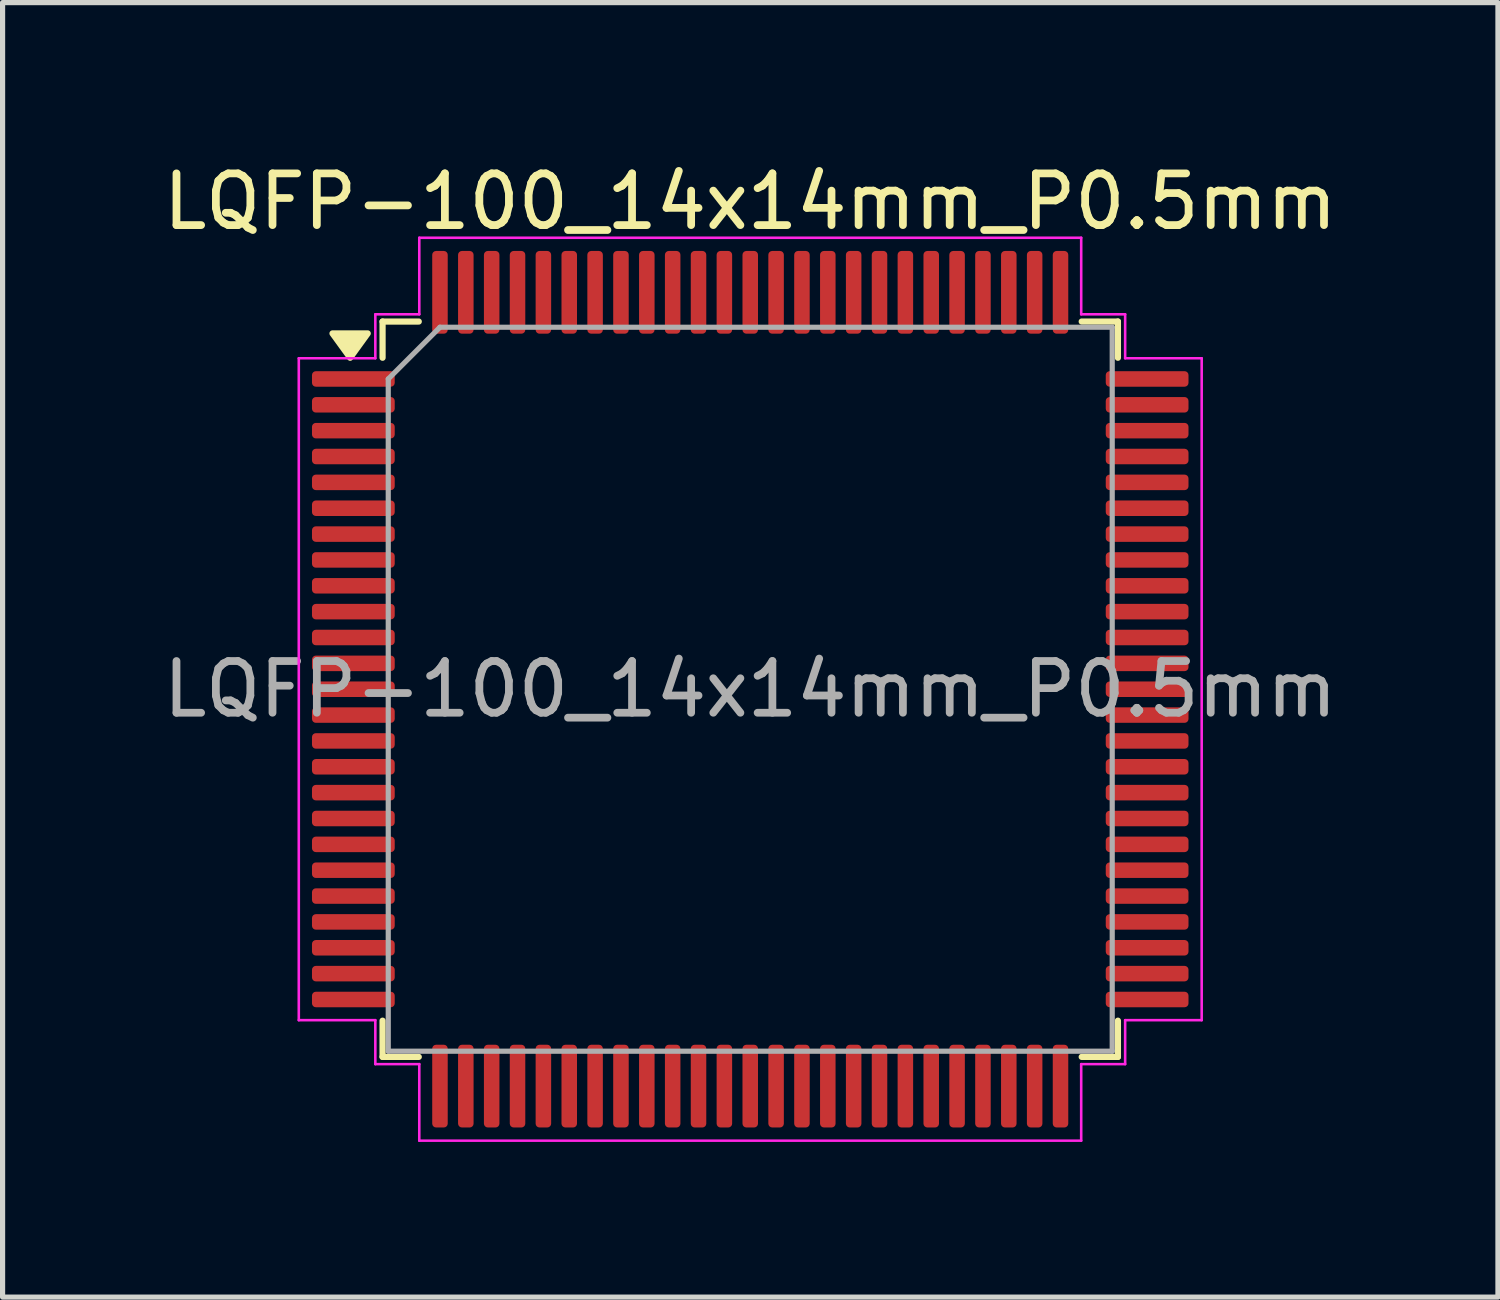
<source format=kicad_pcb>
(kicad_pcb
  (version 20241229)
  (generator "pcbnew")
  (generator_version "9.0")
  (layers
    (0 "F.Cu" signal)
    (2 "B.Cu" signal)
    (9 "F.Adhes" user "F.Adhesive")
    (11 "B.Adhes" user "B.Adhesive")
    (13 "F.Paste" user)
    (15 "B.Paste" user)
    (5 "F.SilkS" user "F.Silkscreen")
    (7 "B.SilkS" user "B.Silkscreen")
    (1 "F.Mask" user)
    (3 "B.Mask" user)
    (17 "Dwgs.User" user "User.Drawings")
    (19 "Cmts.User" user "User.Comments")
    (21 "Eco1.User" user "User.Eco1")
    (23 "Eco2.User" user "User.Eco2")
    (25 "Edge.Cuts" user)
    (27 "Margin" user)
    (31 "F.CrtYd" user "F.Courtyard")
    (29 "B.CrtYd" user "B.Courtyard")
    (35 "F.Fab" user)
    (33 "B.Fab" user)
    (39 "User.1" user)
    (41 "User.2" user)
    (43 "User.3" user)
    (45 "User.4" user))
  (footprint "LQFP-100_14x14mm_P0.5mm"
    (layer "F.Cu")
    (at 11.458 10.278)
    (property "Reference" "LQFP-100_14x14mm_P0.5mm" (at 0 -9.43 0) (layer "F.SilkS") (effects (font (size 1 1) (thickness 0.15))))
    (attr smd)
    (fp_line (start -7.11 -7.11) (end -7.11 -6.41) (stroke (width 0.12) (type solid)) (layer "F.SilkS"))
    (fp_line (start -7.11 7.11) (end -7.11 6.41) (stroke (width 0.12) (type solid)) (layer "F.SilkS"))
    (fp_line (start -6.41 -7.11) (end -7.11 -7.11) (stroke (width 0.12) (type solid)) (layer "F.SilkS"))
    (fp_line (start -6.41 7.11) (end -7.11 7.11) (stroke (width 0.12) (type solid)) (layer "F.SilkS"))
    (fp_line (start 6.41 -7.11) (end 7.11 -7.11) (stroke (width 0.12) (type solid)) (layer "F.SilkS"))
    (fp_line (start 6.41 7.11) (end 7.11 7.11) (stroke (width 0.12) (type solid)) (layer "F.SilkS"))
    (fp_line (start 7.11 -7.11) (end 7.11 -6.41) (stroke (width 0.12) (type solid)) (layer "F.SilkS"))
    (fp_line (start 7.11 7.11) (end 7.11 6.41) (stroke (width 0.12) (type solid)) (layer "F.SilkS"))
    (fp_poly (pts (xy -7.737 -6.41) (xy -8.078 -6.88) (xy -7.397 -6.88)) (stroke (width 0.12) (type solid)) (fill yes) (layer "F.SilkS"))
    (fp_line (start -8.73 -6.4) (end -7.25 -6.4) (stroke (width 0.05) (type solid)) (layer "F.CrtYd"))
    (fp_line (start -8.73 6.4) (end -8.73 -6.4) (stroke (width 0.05) (type solid)) (layer "F.CrtYd"))
    (fp_line (start -7.25 -7.25) (end -6.4 -7.25) (stroke (width 0.05) (type solid)) (layer "F.CrtYd"))
    (fp_line (start -7.25 -6.4) (end -7.25 -7.25) (stroke (width 0.05) (type solid)) (layer "F.CrtYd"))
    (fp_line (start -7.25 6.4) (end -8.73 6.4) (stroke (width 0.05) (type solid)) (layer "F.CrtYd"))
    (fp_line (start -7.25 7.25) (end -7.25 6.4) (stroke (width 0.05) (type solid)) (layer "F.CrtYd"))
    (fp_line (start -6.4 -8.73) (end 6.4 -8.73) (stroke (width 0.05) (type solid)) (layer "F.CrtYd"))
    (fp_line (start -6.4 -7.25) (end -6.4 -8.73) (stroke (width 0.05) (type solid)) (layer "F.CrtYd"))
    (fp_line (start -6.4 7.25) (end -7.25 7.25) (stroke (width 0.05) (type solid)) (layer "F.CrtYd"))
    (fp_line (start -6.4 8.73) (end -6.4 7.25) (stroke (width 0.05) (type solid)) (layer "F.CrtYd"))
    (fp_line (start 6.4 -8.73) (end 6.4 -7.25) (stroke (width 0.05) (type solid)) (layer "F.CrtYd"))
    (fp_line (start 6.4 -7.25) (end 7.25 -7.25) (stroke (width 0.05) (type solid)) (layer "F.CrtYd"))
    (fp_line (start 6.4 7.25) (end 6.4 8.73) (stroke (width 0.05) (type solid)) (layer "F.CrtYd"))
    (fp_line (start 6.4 8.73) (end -6.4 8.73) (stroke (width 0.05) (type solid)) (layer "F.CrtYd"))
    (fp_line (start 7.25 -7.25) (end 7.25 -6.4) (stroke (width 0.05) (type solid)) (layer "F.CrtYd"))
    (fp_line (start 7.25 -6.4) (end 8.73 -6.4) (stroke (width 0.05) (type solid)) (layer "F.CrtYd"))
    (fp_line (start 7.25 6.4) (end 7.25 7.25) (stroke (width 0.05) (type solid)) (layer "F.CrtYd"))
    (fp_line (start 7.25 7.25) (end 6.4 7.25) (stroke (width 0.05) (type solid)) (layer "F.CrtYd"))
    (fp_line (start 8.73 -6.4) (end 8.73 6.4) (stroke (width 0.05) (type solid)) (layer "F.CrtYd"))
    (fp_line (start 8.73 6.4) (end 7.25 6.4) (stroke (width 0.05) (type solid)) (layer "F.CrtYd"))
    (fp_line (start -7 -6) (end -6 -7) (stroke (width 0.1) (type solid)) (layer "F.Fab"))
    (fp_line (start -7 7) (end -7 -6) (stroke (width 0.1) (type solid)) (layer "F.Fab"))
    (fp_line (start -6 -7) (end 7 -7) (stroke (width 0.1) (type solid)) (layer "F.Fab"))
    (fp_line (start 7 -7) (end 7 7) (stroke (width 0.1) (type solid)) (layer "F.Fab"))
    (fp_line (start 7 7) (end -7 7) (stroke (width 0.1) (type solid)) (layer "F.Fab"))
    (fp_text user "${REFERENCE}" (at 0 0 0) (layer "F.Fab") (effects (font (size 1 1) (thickness 0.15))))
    (pad "1" smd roundrect (at -7.675 -6) (size 1.6 0.3) (layers "F.Cu" "F.Mask" "F.Paste") (roundrect_rratio 0.25))
    (pad "2" smd roundrect (at -7.675 -5.5) (size 1.6 0.3) (layers "F.Cu" "F.Mask" "F.Paste") (roundrect_rratio 0.25))
    (pad "3" smd roundrect (at -7.675 -5) (size 1.6 0.3) (layers "F.Cu" "F.Mask" "F.Paste") (roundrect_rratio 0.25))
    (pad "4" smd roundrect (at -7.675 -4.5) (size 1.6 0.3) (layers "F.Cu" "F.Mask" "F.Paste") (roundrect_rratio 0.25))
    (pad "5" smd roundrect (at -7.675 -4) (size 1.6 0.3) (layers "F.Cu" "F.Mask" "F.Paste") (roundrect_rratio 0.25))
    (pad "6" smd roundrect (at -7.675 -3.5) (size 1.6 0.3) (layers "F.Cu" "F.Mask" "F.Paste") (roundrect_rratio 0.25))
    (pad "7" smd roundrect (at -7.675 -3) (size 1.6 0.3) (layers "F.Cu" "F.Mask" "F.Paste") (roundrect_rratio 0.25))
    (pad "8" smd roundrect (at -7.675 -2.5) (size 1.6 0.3) (layers "F.Cu" "F.Mask" "F.Paste") (roundrect_rratio 0.25))
    (pad "9" smd roundrect (at -7.675 -2) (size 1.6 0.3) (layers "F.Cu" "F.Mask" "F.Paste") (roundrect_rratio 0.25))
    (pad "10" smd roundrect (at -7.675 -1.5) (size 1.6 0.3) (layers "F.Cu" "F.Mask" "F.Paste") (roundrect_rratio 0.25))
    (pad "11" smd roundrect (at -7.675 -1) (size 1.6 0.3) (layers "F.Cu" "F.Mask" "F.Paste") (roundrect_rratio 0.25))
    (pad "12" smd roundrect (at -7.675 -0.5) (size 1.6 0.3) (layers "F.Cu" "F.Mask" "F.Paste") (roundrect_rratio 0.25))
    (pad "13" smd roundrect (at -7.675 0) (size 1.6 0.3) (layers "F.Cu" "F.Mask" "F.Paste") (roundrect_rratio 0.25))
    (pad "14" smd roundrect (at -7.675 0.5) (size 1.6 0.3) (layers "F.Cu" "F.Mask" "F.Paste") (roundrect_rratio 0.25))
    (pad "15" smd roundrect (at -7.675 1) (size 1.6 0.3) (layers "F.Cu" "F.Mask" "F.Paste") (roundrect_rratio 0.25))
    (pad "16" smd roundrect (at -7.675 1.5) (size 1.6 0.3) (layers "F.Cu" "F.Mask" "F.Paste") (roundrect_rratio 0.25))
    (pad "17" smd roundrect (at -7.675 2) (size 1.6 0.3) (layers "F.Cu" "F.Mask" "F.Paste") (roundrect_rratio 0.25))
    (pad "18" smd roundrect (at -7.675 2.5) (size 1.6 0.3) (layers "F.Cu" "F.Mask" "F.Paste") (roundrect_rratio 0.25))
    (pad "19" smd roundrect (at -7.675 3) (size 1.6 0.3) (layers "F.Cu" "F.Mask" "F.Paste") (roundrect_rratio 0.25))
    (pad "20" smd roundrect (at -7.675 3.5) (size 1.6 0.3) (layers "F.Cu" "F.Mask" "F.Paste") (roundrect_rratio 0.25))
    (pad "21" smd roundrect (at -7.675 4) (size 1.6 0.3) (layers "F.Cu" "F.Mask" "F.Paste") (roundrect_rratio 0.25))
    (pad "22" smd roundrect (at -7.675 4.5) (size 1.6 0.3) (layers "F.Cu" "F.Mask" "F.Paste") (roundrect_rratio 0.25))
    (pad "23" smd roundrect (at -7.675 5) (size 1.6 0.3) (layers "F.Cu" "F.Mask" "F.Paste") (roundrect_rratio 0.25))
    (pad "24" smd roundrect (at -7.675 5.5) (size 1.6 0.3) (layers "F.Cu" "F.Mask" "F.Paste") (roundrect_rratio 0.25))
    (pad "25" smd roundrect (at -7.675 6) (size 1.6 0.3) (layers "F.Cu" "F.Mask" "F.Paste") (roundrect_rratio 0.25))
    (pad "26" smd roundrect (at -6 7.675) (size 0.3 1.6) (layers "F.Cu" "F.Mask" "F.Paste") (roundrect_rratio 0.25))
    (pad "27" smd roundrect (at -5.5 7.675) (size 0.3 1.6) (layers "F.Cu" "F.Mask" "F.Paste") (roundrect_rratio 0.25))
    (pad "28" smd roundrect (at -5 7.675) (size 0.3 1.6) (layers "F.Cu" "F.Mask" "F.Paste") (roundrect_rratio 0.25))
    (pad "29" smd roundrect (at -4.5 7.675) (size 0.3 1.6) (layers "F.Cu" "F.Mask" "F.Paste") (roundrect_rratio 0.25))
    (pad "30" smd roundrect (at -4 7.675) (size 0.3 1.6) (layers "F.Cu" "F.Mask" "F.Paste") (roundrect_rratio 0.25))
    (pad "31" smd roundrect (at -3.5 7.675) (size 0.3 1.6) (layers "F.Cu" "F.Mask" "F.Paste") (roundrect_rratio 0.25))
    (pad "32" smd roundrect (at -3 7.675) (size 0.3 1.6) (layers "F.Cu" "F.Mask" "F.Paste") (roundrect_rratio 0.25))
    (pad "33" smd roundrect (at -2.5 7.675) (size 0.3 1.6) (layers "F.Cu" "F.Mask" "F.Paste") (roundrect_rratio 0.25))
    (pad "34" smd roundrect (at -2 7.675) (size 0.3 1.6) (layers "F.Cu" "F.Mask" "F.Paste") (roundrect_rratio 0.25))
    (pad "35" smd roundrect (at -1.5 7.675) (size 0.3 1.6) (layers "F.Cu" "F.Mask" "F.Paste") (roundrect_rratio 0.25))
    (pad "36" smd roundrect (at -1 7.675) (size 0.3 1.6) (layers "F.Cu" "F.Mask" "F.Paste") (roundrect_rratio 0.25))
    (pad "37" smd roundrect (at -0.5 7.675) (size 0.3 1.6) (layers "F.Cu" "F.Mask" "F.Paste") (roundrect_rratio 0.25))
    (pad "38" smd roundrect (at 0 7.675) (size 0.3 1.6) (layers "F.Cu" "F.Mask" "F.Paste") (roundrect_rratio 0.25))
    (pad "39" smd roundrect (at 0.5 7.675) (size 0.3 1.6) (layers "F.Cu" "F.Mask" "F.Paste") (roundrect_rratio 0.25))
    (pad "40" smd roundrect (at 1 7.675) (size 0.3 1.6) (layers "F.Cu" "F.Mask" "F.Paste") (roundrect_rratio 0.25))
    (pad "41" smd roundrect (at 1.5 7.675) (size 0.3 1.6) (layers "F.Cu" "F.Mask" "F.Paste") (roundrect_rratio 0.25))
    (pad "42" smd roundrect (at 2 7.675) (size 0.3 1.6) (layers "F.Cu" "F.Mask" "F.Paste") (roundrect_rratio 0.25))
    (pad "43" smd roundrect (at 2.5 7.675) (size 0.3 1.6) (layers "F.Cu" "F.Mask" "F.Paste") (roundrect_rratio 0.25))
    (pad "44" smd roundrect (at 3 7.675) (size 0.3 1.6) (layers "F.Cu" "F.Mask" "F.Paste") (roundrect_rratio 0.25))
    (pad "45" smd roundrect (at 3.5 7.675) (size 0.3 1.6) (layers "F.Cu" "F.Mask" "F.Paste") (roundrect_rratio 0.25))
    (pad "46" smd roundrect (at 4 7.675) (size 0.3 1.6) (layers "F.Cu" "F.Mask" "F.Paste") (roundrect_rratio 0.25))
    (pad "47" smd roundrect (at 4.5 7.675) (size 0.3 1.6) (layers "F.Cu" "F.Mask" "F.Paste") (roundrect_rratio 0.25))
    (pad "48" smd roundrect (at 5 7.675) (size 0.3 1.6) (layers "F.Cu" "F.Mask" "F.Paste") (roundrect_rratio 0.25))
    (pad "49" smd roundrect (at 5.5 7.675) (size 0.3 1.6) (layers "F.Cu" "F.Mask" "F.Paste") (roundrect_rratio 0.25))
    (pad "50" smd roundrect (at 6 7.675) (size 0.3 1.6) (layers "F.Cu" "F.Mask" "F.Paste") (roundrect_rratio 0.25))
    (pad "51" smd roundrect (at 7.675 6) (size 1.6 0.3) (layers "F.Cu" "F.Mask" "F.Paste") (roundrect_rratio 0.25))
    (pad "52" smd roundrect (at 7.675 5.5) (size 1.6 0.3) (layers "F.Cu" "F.Mask" "F.Paste") (roundrect_rratio 0.25))
    (pad "53" smd roundrect (at 7.675 5) (size 1.6 0.3) (layers "F.Cu" "F.Mask" "F.Paste") (roundrect_rratio 0.25))
    (pad "54" smd roundrect (at 7.675 4.5) (size 1.6 0.3) (layers "F.Cu" "F.Mask" "F.Paste") (roundrect_rratio 0.25))
    (pad "55" smd roundrect (at 7.675 4) (size 1.6 0.3) (layers "F.Cu" "F.Mask" "F.Paste") (roundrect_rratio 0.25))
    (pad "56" smd roundrect (at 7.675 3.5) (size 1.6 0.3) (layers "F.Cu" "F.Mask" "F.Paste") (roundrect_rratio 0.25))
    (pad "57" smd roundrect (at 7.675 3) (size 1.6 0.3) (layers "F.Cu" "F.Mask" "F.Paste") (roundrect_rratio 0.25))
    (pad "58" smd roundrect (at 7.675 2.5) (size 1.6 0.3) (layers "F.Cu" "F.Mask" "F.Paste") (roundrect_rratio 0.25))
    (pad "59" smd roundrect (at 7.675 2) (size 1.6 0.3) (layers "F.Cu" "F.Mask" "F.Paste") (roundrect_rratio 0.25))
    (pad "60" smd roundrect (at 7.675 1.5) (size 1.6 0.3) (layers "F.Cu" "F.Mask" "F.Paste") (roundrect_rratio 0.25))
    (pad "61" smd roundrect (at 7.675 1) (size 1.6 0.3) (layers "F.Cu" "F.Mask" "F.Paste") (roundrect_rratio 0.25))
    (pad "62" smd roundrect (at 7.675 0.5) (size 1.6 0.3) (layers "F.Cu" "F.Mask" "F.Paste") (roundrect_rratio 0.25))
    (pad "63" smd roundrect (at 7.675 0) (size 1.6 0.3) (layers "F.Cu" "F.Mask" "F.Paste") (roundrect_rratio 0.25))
    (pad "64" smd roundrect (at 7.675 -0.5) (size 1.6 0.3) (layers "F.Cu" "F.Mask" "F.Paste") (roundrect_rratio 0.25))
    (pad "65" smd roundrect (at 7.675 -1) (size 1.6 0.3) (layers "F.Cu" "F.Mask" "F.Paste") (roundrect_rratio 0.25))
    (pad "66" smd roundrect (at 7.675 -1.5) (size 1.6 0.3) (layers "F.Cu" "F.Mask" "F.Paste") (roundrect_rratio 0.25))
    (pad "67" smd roundrect (at 7.675 -2) (size 1.6 0.3) (layers "F.Cu" "F.Mask" "F.Paste") (roundrect_rratio 0.25))
    (pad "68" smd roundrect (at 7.675 -2.5) (size 1.6 0.3) (layers "F.Cu" "F.Mask" "F.Paste") (roundrect_rratio 0.25))
    (pad "69" smd roundrect (at 7.675 -3) (size 1.6 0.3) (layers "F.Cu" "F.Mask" "F.Paste") (roundrect_rratio 0.25))
    (pad "70" smd roundrect (at 7.675 -3.5) (size 1.6 0.3) (layers "F.Cu" "F.Mask" "F.Paste") (roundrect_rratio 0.25))
    (pad "71" smd roundrect (at 7.675 -4) (size 1.6 0.3) (layers "F.Cu" "F.Mask" "F.Paste") (roundrect_rratio 0.25))
    (pad "72" smd roundrect (at 7.675 -4.5) (size 1.6 0.3) (layers "F.Cu" "F.Mask" "F.Paste") (roundrect_rratio 0.25))
    (pad "73" smd roundrect (at 7.675 -5) (size 1.6 0.3) (layers "F.Cu" "F.Mask" "F.Paste") (roundrect_rratio 0.25))
    (pad "74" smd roundrect (at 7.675 -5.5) (size 1.6 0.3) (layers "F.Cu" "F.Mask" "F.Paste") (roundrect_rratio 0.25))
    (pad "75" smd roundrect (at 7.675 -6) (size 1.6 0.3) (layers "F.Cu" "F.Mask" "F.Paste") (roundrect_rratio 0.25))
    (pad "76" smd roundrect (at 6 -7.675) (size 0.3 1.6) (layers "F.Cu" "F.Mask" "F.Paste") (roundrect_rratio 0.25))
    (pad "77" smd roundrect (at 5.5 -7.675) (size 0.3 1.6) (layers "F.Cu" "F.Mask" "F.Paste") (roundrect_rratio 0.25))
    (pad "78" smd roundrect (at 5 -7.675) (size 0.3 1.6) (layers "F.Cu" "F.Mask" "F.Paste") (roundrect_rratio 0.25))
    (pad "79" smd roundrect (at 4.5 -7.675) (size 0.3 1.6) (layers "F.Cu" "F.Mask" "F.Paste") (roundrect_rratio 0.25))
    (pad "80" smd roundrect (at 4 -7.675) (size 0.3 1.6) (layers "F.Cu" "F.Mask" "F.Paste") (roundrect_rratio 0.25))
    (pad "81" smd roundrect (at 3.5 -7.675) (size 0.3 1.6) (layers "F.Cu" "F.Mask" "F.Paste") (roundrect_rratio 0.25))
    (pad "82" smd roundrect (at 3 -7.675) (size 0.3 1.6) (layers "F.Cu" "F.Mask" "F.Paste") (roundrect_rratio 0.25))
    (pad "83" smd roundrect (at 2.5 -7.675) (size 0.3 1.6) (layers "F.Cu" "F.Mask" "F.Paste") (roundrect_rratio 0.25))
    (pad "84" smd roundrect (at 2 -7.675) (size 0.3 1.6) (layers "F.Cu" "F.Mask" "F.Paste") (roundrect_rratio 0.25))
    (pad "85" smd roundrect (at 1.5 -7.675) (size 0.3 1.6) (layers "F.Cu" "F.Mask" "F.Paste") (roundrect_rratio 0.25))
    (pad "86" smd roundrect (at 1 -7.675) (size 0.3 1.6) (layers "F.Cu" "F.Mask" "F.Paste") (roundrect_rratio 0.25))
    (pad "87" smd roundrect (at 0.5 -7.675) (size 0.3 1.6) (layers "F.Cu" "F.Mask" "F.Paste") (roundrect_rratio 0.25))
    (pad "88" smd roundrect (at 0 -7.675) (size 0.3 1.6) (layers "F.Cu" "F.Mask" "F.Paste") (roundrect_rratio 0.25))
    (pad "89" smd roundrect (at -0.5 -7.675) (size 0.3 1.6) (layers "F.Cu" "F.Mask" "F.Paste") (roundrect_rratio 0.25))
    (pad "90" smd roundrect (at -1 -7.675) (size 0.3 1.6) (layers "F.Cu" "F.Mask" "F.Paste") (roundrect_rratio 0.25))
    (pad "91" smd roundrect (at -1.5 -7.675) (size 0.3 1.6) (layers "F.Cu" "F.Mask" "F.Paste") (roundrect_rratio 0.25))
    (pad "92" smd roundrect (at -2 -7.675) (size 0.3 1.6) (layers "F.Cu" "F.Mask" "F.Paste") (roundrect_rratio 0.25))
    (pad "93" smd roundrect (at -2.5 -7.675) (size 0.3 1.6) (layers "F.Cu" "F.Mask" "F.Paste") (roundrect_rratio 0.25))
    (pad "94" smd roundrect (at -3 -7.675) (size 0.3 1.6) (layers "F.Cu" "F.Mask" "F.Paste") (roundrect_rratio 0.25))
    (pad "95" smd roundrect (at -3.5 -7.675) (size 0.3 1.6) (layers "F.Cu" "F.Mask" "F.Paste") (roundrect_rratio 0.25))
    (pad "96" smd roundrect (at -4 -7.675) (size 0.3 1.6) (layers "F.Cu" "F.Mask" "F.Paste") (roundrect_rratio 0.25))
    (pad "97" smd roundrect (at -4.5 -7.675) (size 0.3 1.6) (layers "F.Cu" "F.Mask" "F.Paste") (roundrect_rratio 0.25))
    (pad "98" smd roundrect (at -5 -7.675) (size 0.3 1.6) (layers "F.Cu" "F.Mask" "F.Paste") (roundrect_rratio 0.25))
    (pad "99" smd roundrect (at -5.5 -7.675) (size 0.3 1.6) (layers "F.Cu" "F.Mask" "F.Paste") (roundrect_rratio 0.25))
    (pad "100" smd roundrect (at -6 -7.675) (size 0.3 1.6) (layers "F.Cu" "F.Mask" "F.Paste") (roundrect_rratio 0.25)))
  (gr_rect
    (start -3 -3)
    (end 25.917 22.033)
    (stroke (width 0.1) (type default))
    (fill no)
    (layer "Edge.Cuts")))
</source>
